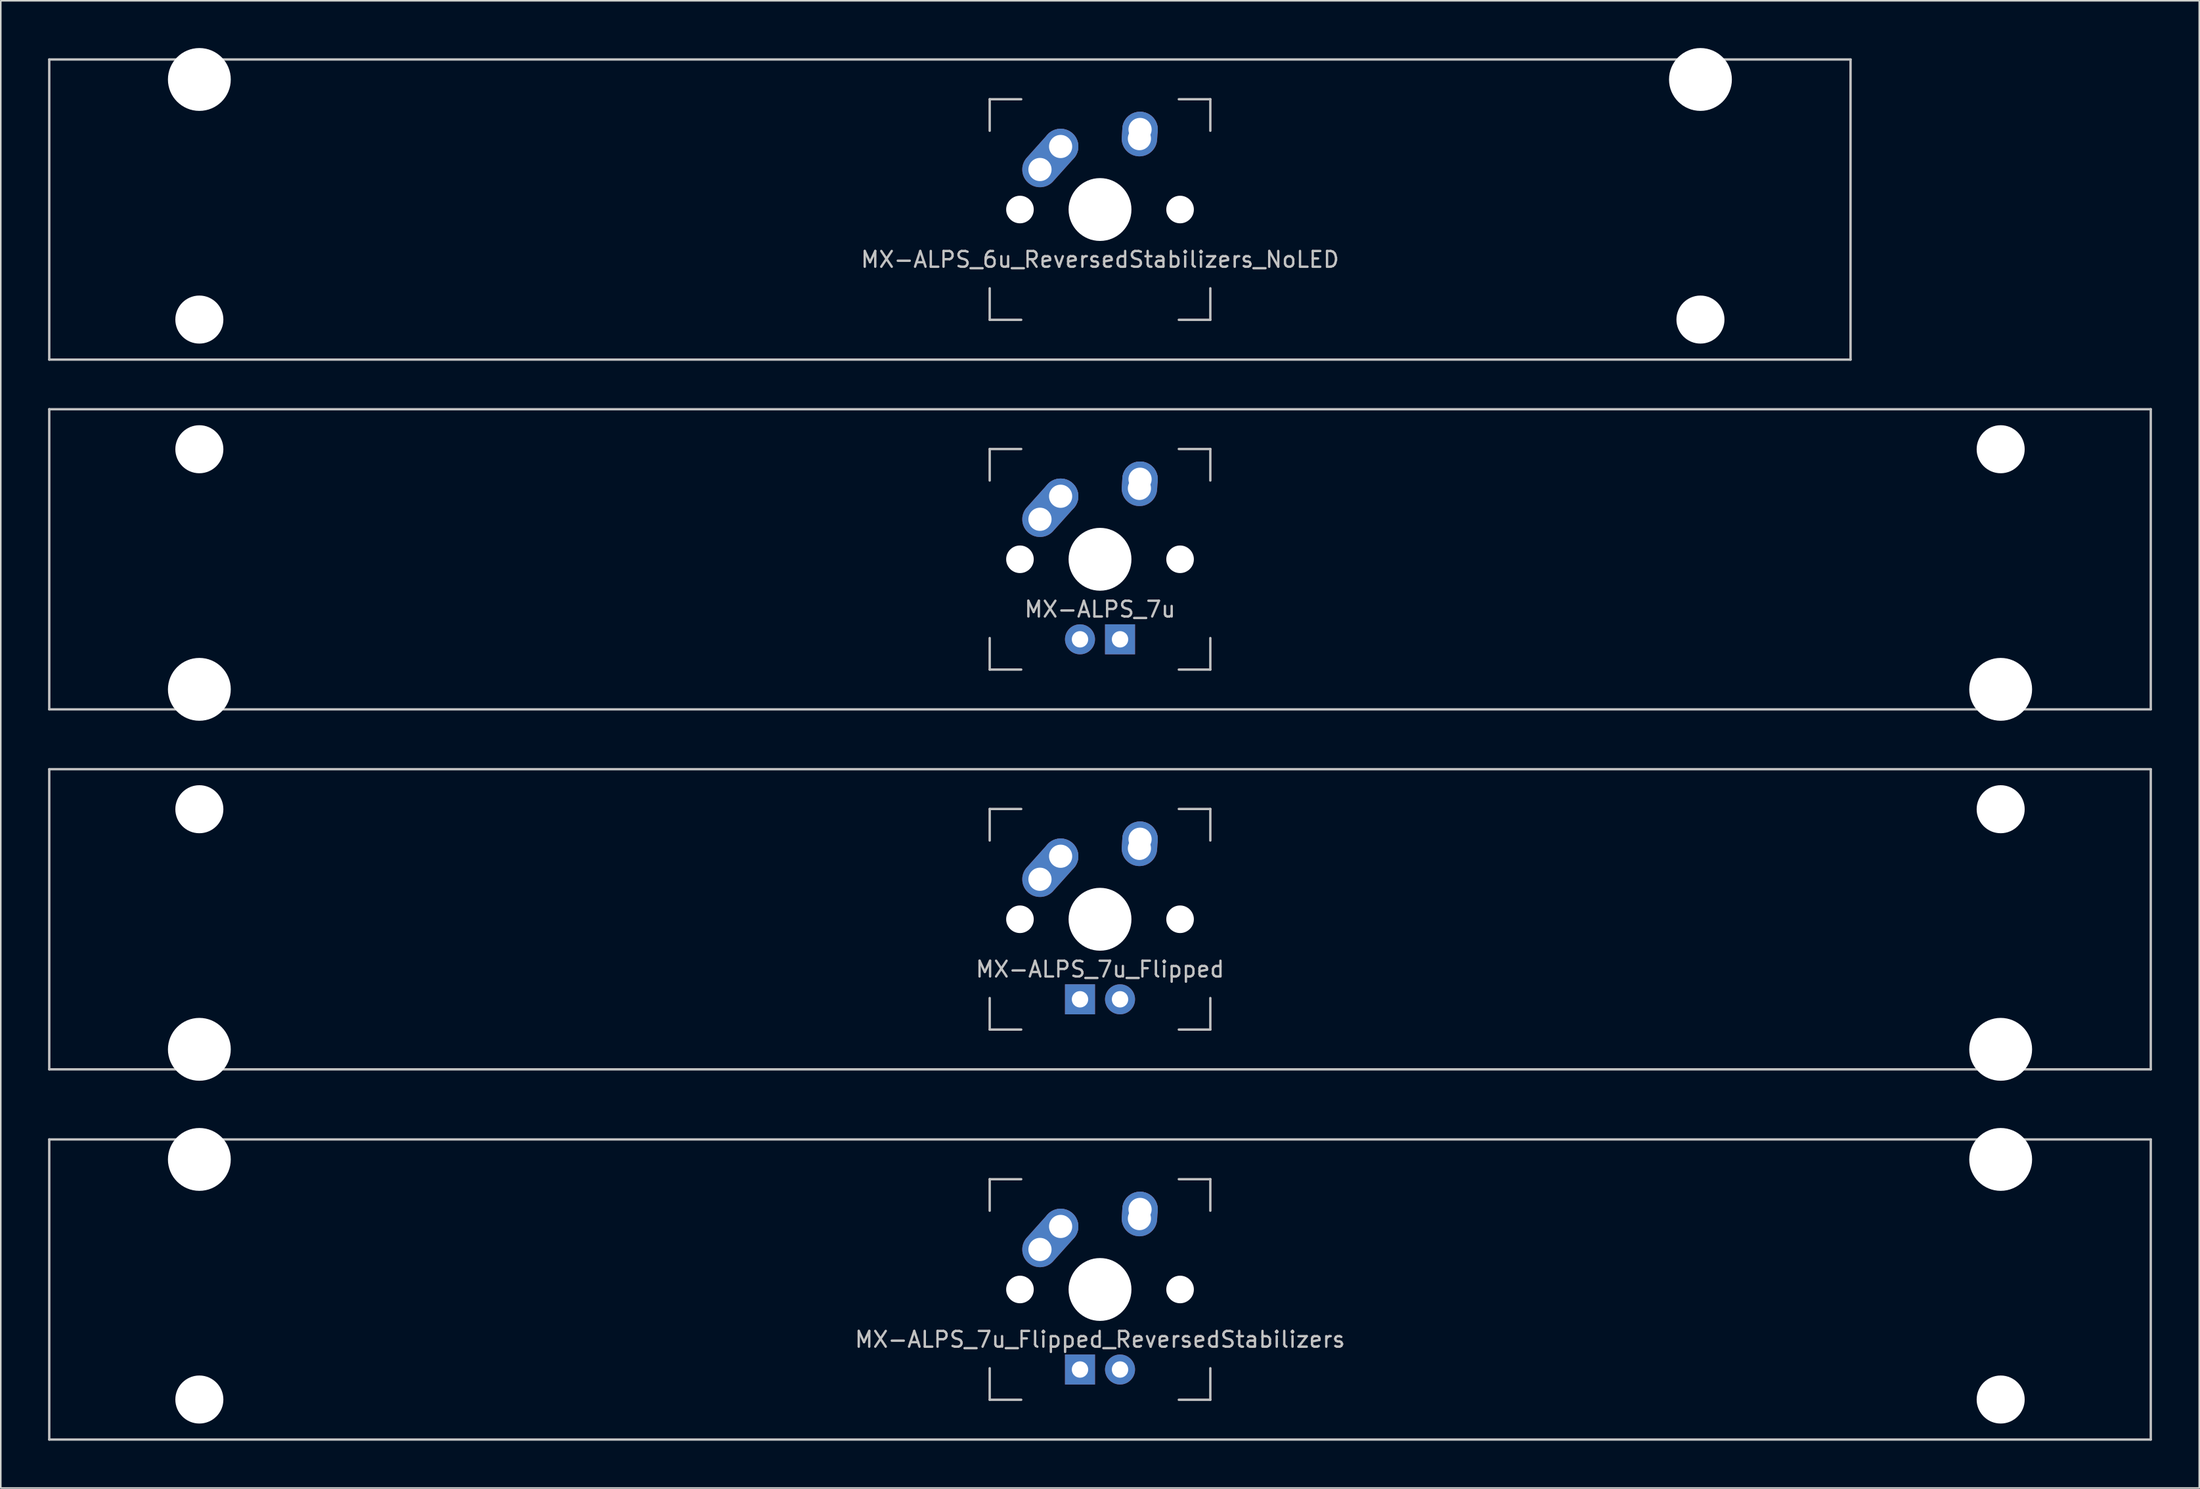
<source format=kicad_pcb>
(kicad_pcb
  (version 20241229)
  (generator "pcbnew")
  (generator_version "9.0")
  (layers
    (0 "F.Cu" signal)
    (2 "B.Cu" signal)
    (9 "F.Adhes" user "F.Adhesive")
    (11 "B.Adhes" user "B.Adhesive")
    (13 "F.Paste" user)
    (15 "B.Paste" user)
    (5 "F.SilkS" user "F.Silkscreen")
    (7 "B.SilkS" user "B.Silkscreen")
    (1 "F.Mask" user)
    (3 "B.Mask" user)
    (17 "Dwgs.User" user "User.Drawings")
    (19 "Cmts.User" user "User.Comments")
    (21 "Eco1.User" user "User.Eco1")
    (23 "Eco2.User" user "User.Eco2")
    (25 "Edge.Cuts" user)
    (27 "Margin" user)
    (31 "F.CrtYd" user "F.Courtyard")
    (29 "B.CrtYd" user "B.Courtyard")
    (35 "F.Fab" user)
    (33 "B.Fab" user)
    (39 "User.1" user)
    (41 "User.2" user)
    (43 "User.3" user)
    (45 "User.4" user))
  (footprint "MX-ALPS_7u"
    (layer "F.Cu")
    (at 66.75 32.449)
    (property "Reference" "MX-ALPS_7u" (at 0 3.175 0) (layer "Dwgs.User") (effects (font (size 1 1) (thickness 0.15))))
    (attr through_hole)
    (fp_line (start -66.675 -9.525) (end 66.675 -9.525) (stroke (width 0.15) (type solid)) (layer "Dwgs.User"))
    (fp_line (start -66.675 9.525) (end -66.675 -9.525) (stroke (width 0.15) (type solid)) (layer "Dwgs.User"))
    (fp_line (start -66.675 9.525) (end 66.675 9.525) (stroke (width 0.15) (type solid)) (layer "Dwgs.User"))
    (fp_line (start -7 -7) (end -7 -5) (stroke (width 0.15) (type solid)) (layer "Dwgs.User"))
    (fp_line (start -7 5) (end -7 7) (stroke (width 0.15) (type solid)) (layer "Dwgs.User"))
    (fp_line (start -7 7) (end -5 7) (stroke (width 0.15) (type solid)) (layer "Dwgs.User"))
    (fp_line (start -5 -7) (end -7 -7) (stroke (width 0.15) (type solid)) (layer "Dwgs.User"))
    (fp_line (start 5 -7) (end 7 -7) (stroke (width 0.15) (type solid)) (layer "Dwgs.User"))
    (fp_line (start 5 7) (end 7 7) (stroke (width 0.15) (type solid)) (layer "Dwgs.User"))
    (fp_line (start 7 -7) (end 7 -5) (stroke (width 0.15) (type solid)) (layer "Dwgs.User"))
    (fp_line (start 7 7) (end 7 5) (stroke (width 0.15) (type solid)) (layer "Dwgs.User"))
    (fp_line (start 66.675 -9.525) (end 66.675 9.525) (stroke (width 0.15) (type solid)) (layer "Dwgs.User"))
    (pad "" np_thru_hole circle (at -57.15 -6.985) (size 3.048 3.048) (drill 3.048) (layers "*.Cu" "*.Mask"))
    (pad "" np_thru_hole circle (at -57.15 8.255) (size 3.988 3.988) (drill 3.988) (layers "*.Cu" "*.Mask"))
    (pad "" np_thru_hole circle (at -5.08 0 48.1) (size 1.75 1.75) (drill 1.75) (layers "*.Cu" "*.Mask"))
    (pad "" np_thru_hole circle (at 0 0) (size 3.988 3.988) (drill 3.988) (layers "*.Cu" "*.Mask"))
    (pad "" np_thru_hole circle (at 5.08 0 48.1) (size 1.75 1.75) (drill 1.75) (layers "*.Cu" "*.Mask"))
    (pad "" np_thru_hole circle (at 57.15 -6.985) (size 3.048 3.048) (drill 3.048) (layers "*.Cu" "*.Mask"))
    (pad "" np_thru_hole circle (at 57.15 8.255) (size 3.988 3.988) (drill 3.988) (layers "*.Cu" "*.Mask"))
    (pad "1" thru_hole oval (at -3.81 -2.54 48.1) (size 4.212 2.25) (drill 1.47 (offset 0.981 0)) (layers "*.Cu" "B.Mask"))
    (pad "1" thru_hole circle (at -2.5 -4) (size 2.25 2.25) (drill 1.47) (layers "*.Cu" "B.Mask"))
    (pad "2" thru_hole oval (at 2.5 -4.5 86.055) (size 2.831 2.25) (drill 1.47 (offset 0.291 0)) (layers "*.Cu" "B.Mask"))
    (pad "2" thru_hole circle (at 2.54 -5.08) (size 2.25 2.25) (drill 1.47) (layers "*.Cu" "B.Mask"))
    (pad "3" thru_hole circle (at -1.27 5.08) (size 1.905 1.905) (drill 1.04) (layers "*.Cu" "B.Mask"))
    (pad "4" thru_hole rect (at 1.27 5.08) (size 1.905 1.905) (drill 1.04) (layers "*.Cu" "B.Mask")))
  (footprint "MX-ALPS_7u_Flipped_ReversedStabilizers"
    (layer "F.Cu")
    (at 66.75 78.796)
    (property "Reference" "MX-ALPS_7u_Flipped_ReversedStabilizers" (at 0 3.175 0) (layer "Dwgs.User") (effects (font (size 1 1) (thickness 0.15))))
    (attr through_hole)
    (fp_line (start -66.675 -9.525) (end 66.675 -9.525) (stroke (width 0.15) (type solid)) (layer "Dwgs.User"))
    (fp_line (start -66.675 9.525) (end -66.675 -9.525) (stroke (width 0.15) (type solid)) (layer "Dwgs.User"))
    (fp_line (start -66.675 9.525) (end 66.675 9.525) (stroke (width 0.15) (type solid)) (layer "Dwgs.User"))
    (fp_line (start -7 -7) (end -7 -5) (stroke (width 0.15) (type solid)) (layer "Dwgs.User"))
    (fp_line (start -7 5) (end -7 7) (stroke (width 0.15) (type solid)) (layer "Dwgs.User"))
    (fp_line (start -7 7) (end -5 7) (stroke (width 0.15) (type solid)) (layer "Dwgs.User"))
    (fp_line (start -5 -7) (end -7 -7) (stroke (width 0.15) (type solid)) (layer "Dwgs.User"))
    (fp_line (start 5 -7) (end 7 -7) (stroke (width 0.15) (type solid)) (layer "Dwgs.User"))
    (fp_line (start 5 7) (end 7 7) (stroke (width 0.15) (type solid)) (layer "Dwgs.User"))
    (fp_line (start 7 -7) (end 7 -5) (stroke (width 0.15) (type solid)) (layer "Dwgs.User"))
    (fp_line (start 7 7) (end 7 5) (stroke (width 0.15) (type solid)) (layer "Dwgs.User"))
    (fp_line (start 66.675 -9.525) (end 66.675 9.525) (stroke (width 0.15) (type solid)) (layer "Dwgs.User"))
    (pad "" np_thru_hole circle (at -57.15 -8.255) (size 3.988 3.988) (drill 3.988) (layers "*.Cu" "*.Mask"))
    (pad "" np_thru_hole circle (at -57.15 6.985) (size 3.048 3.048) (drill 3.048) (layers "*.Cu" "*.Mask"))
    (pad "" np_thru_hole circle (at -5.08 0 48.1) (size 1.75 1.75) (drill 1.75) (layers "*.Cu" "*.Mask"))
    (pad "" np_thru_hole circle (at 0 0) (size 3.988 3.988) (drill 3.988) (layers "*.Cu" "*.Mask"))
    (pad "" np_thru_hole circle (at 5.08 0 48.1) (size 1.75 1.75) (drill 1.75) (layers "*.Cu" "*.Mask"))
    (pad "" np_thru_hole circle (at 57.15 -8.255) (size 3.988 3.988) (drill 3.988) (layers "*.Cu" "*.Mask"))
    (pad "" np_thru_hole circle (at 57.15 6.985) (size 3.048 3.048) (drill 3.048) (layers "*.Cu" "*.Mask"))
    (pad "1" thru_hole oval (at -3.81 -2.54 48.1) (size 4.212 2.25) (drill 1.47 (offset 0.981 0)) (layers "*.Cu" "B.Mask"))
    (pad "1" thru_hole circle (at -2.5 -4) (size 2.25 2.25) (drill 1.47) (layers "*.Cu" "B.Mask"))
    (pad "2" thru_hole oval (at 2.5 -4.5 86.055) (size 2.831 2.25) (drill 1.47 (offset 0.291 0)) (layers "*.Cu" "B.Mask"))
    (pad "2" thru_hole circle (at 2.54 -5.08) (size 2.25 2.25) (drill 1.47) (layers "*.Cu" "B.Mask"))
    (pad "3" thru_hole circle (at 1.27 5.08) (size 1.905 1.905) (drill 1.04) (layers "*.Cu" "B.Mask"))
    (pad "4" thru_hole rect (at -1.27 5.08) (size 1.905 1.905) (drill 1.04) (layers "*.Cu" "B.Mask")))
  (footprint "MX-ALPS_6u_ReversedStabilizers_NoLED"
    (layer "F.Cu")
    (at 57.225 10.249)
    (property "Reference" "MX-ALPS_6u_ReversedStabilizers_NoLED" (at 9.525 3.175 0) (layer "Dwgs.User") (effects (font (size 1 1) (thickness 0.15))))
    (attr through_hole)
    (fp_line (start -57.15 -9.525) (end 57.15 -9.525) (stroke (width 0.15) (type solid)) (layer "Dwgs.User"))
    (fp_line (start -57.15 9.525) (end -57.15 -9.525) (stroke (width 0.15) (type solid)) (layer "Dwgs.User"))
    (fp_line (start -57.15 9.525) (end 57.15 9.525) (stroke (width 0.15) (type solid)) (layer "Dwgs.User"))
    (fp_line (start 2.525 -7) (end 2.525 -5) (stroke (width 0.15) (type solid)) (layer "Dwgs.User"))
    (fp_line (start 2.525 5) (end 2.525 7) (stroke (width 0.15) (type solid)) (layer "Dwgs.User"))
    (fp_line (start 2.525 7) (end 4.525 7) (stroke (width 0.15) (type solid)) (layer "Dwgs.User"))
    (fp_line (start 4.525 -7) (end 2.525 -7) (stroke (width 0.15) (type solid)) (layer "Dwgs.User"))
    (fp_line (start 14.525 -7) (end 16.525 -7) (stroke (width 0.15) (type solid)) (layer "Dwgs.User"))
    (fp_line (start 14.525 7) (end 16.525 7) (stroke (width 0.15) (type solid)) (layer "Dwgs.User"))
    (fp_line (start 16.525 -7) (end 16.525 -5) (stroke (width 0.15) (type solid)) (layer "Dwgs.User"))
    (fp_line (start 16.525 7) (end 16.525 5) (stroke (width 0.15) (type solid)) (layer "Dwgs.User"))
    (fp_line (start 57.15 -9.525) (end 57.15 9.525) (stroke (width 0.15) (type solid)) (layer "Dwgs.User"))
    (pad "" np_thru_hole circle (at -47.625 -8.255) (size 3.988 3.988) (drill 3.988) (layers "*.Cu" "*.Mask"))
    (pad "" np_thru_hole circle (at -47.625 6.985) (size 3.048 3.048) (drill 3.048) (layers "*.Cu" "*.Mask"))
    (pad "" np_thru_hole circle (at 4.445 0 48.1) (size 1.75 1.75) (drill 1.75) (layers "*.Cu" "*.Mask"))
    (pad "" np_thru_hole circle (at 9.525 0) (size 3.988 3.988) (drill 3.988) (layers "*.Cu" "*.Mask"))
    (pad "" np_thru_hole circle (at 14.605 0 48.1) (size 1.75 1.75) (drill 1.75) (layers "*.Cu" "*.Mask"))
    (pad "" np_thru_hole circle (at 47.625 -8.255) (size 3.988 3.988) (drill 3.988) (layers "*.Cu" "*.Mask"))
    (pad "" np_thru_hole circle (at 47.625 6.985) (size 3.048 3.048) (drill 3.048) (layers "*.Cu" "*.Mask"))
    (pad "1" thru_hole oval (at 5.715 -2.54 48.1) (size 4.212 2.25) (drill 1.47 (offset 0.981 0)) (layers "*.Cu" "B.Mask"))
    (pad "1" thru_hole circle (at 7.025 -4) (size 2.25 2.25) (drill 1.47) (layers "*.Cu" "B.Mask"))
    (pad "2" thru_hole oval (at 12.025 -4.5 86.055) (size 2.831 2.25) (drill 1.47 (offset 0.291 0)) (layers "*.Cu" "B.Mask"))
    (pad "2" thru_hole circle (at 12.065 -5.08) (size 2.25 2.25) (drill 1.47) (layers "*.Cu" "B.Mask")))
  (footprint "MX-ALPS_7u_Flipped"
    (layer "F.Cu")
    (at 66.75 55.298)
    (property "Reference" "MX-ALPS_7u_Flipped" (at 0 3.175 0) (layer "Dwgs.User") (effects (font (size 1 1) (thickness 0.15))))
    (attr through_hole)
    (fp_line (start -66.675 -9.525) (end 66.675 -9.525) (stroke (width 0.15) (type solid)) (layer "Dwgs.User"))
    (fp_line (start -66.675 9.525) (end -66.675 -9.525) (stroke (width 0.15) (type solid)) (layer "Dwgs.User"))
    (fp_line (start -66.675 9.525) (end 66.675 9.525) (stroke (width 0.15) (type solid)) (layer "Dwgs.User"))
    (fp_line (start -7 -7) (end -7 -5) (stroke (width 0.15) (type solid)) (layer "Dwgs.User"))
    (fp_line (start -7 5) (end -7 7) (stroke (width 0.15) (type solid)) (layer "Dwgs.User"))
    (fp_line (start -7 7) (end -5 7) (stroke (width 0.15) (type solid)) (layer "Dwgs.User"))
    (fp_line (start -5 -7) (end -7 -7) (stroke (width 0.15) (type solid)) (layer "Dwgs.User"))
    (fp_line (start 5 -7) (end 7 -7) (stroke (width 0.15) (type solid)) (layer "Dwgs.User"))
    (fp_line (start 5 7) (end 7 7) (stroke (width 0.15) (type solid)) (layer "Dwgs.User"))
    (fp_line (start 7 -7) (end 7 -5) (stroke (width 0.15) (type solid)) (layer "Dwgs.User"))
    (fp_line (start 7 7) (end 7 5) (stroke (width 0.15) (type solid)) (layer "Dwgs.User"))
    (fp_line (start 66.675 -9.525) (end 66.675 9.525) (stroke (width 0.15) (type solid)) (layer "Dwgs.User"))
    (pad "" np_thru_hole circle (at -57.15 -6.985) (size 3.048 3.048) (drill 3.048) (layers "*.Cu" "*.Mask"))
    (pad "" np_thru_hole circle (at -57.15 8.255) (size 3.988 3.988) (drill 3.988) (layers "*.Cu" "*.Mask"))
    (pad "" np_thru_hole circle (at -5.08 0 48.1) (size 1.75 1.75) (drill 1.75) (layers "*.Cu" "*.Mask"))
    (pad "" np_thru_hole circle (at 0 0) (size 3.988 3.988) (drill 3.988) (layers "*.Cu" "*.Mask"))
    (pad "" np_thru_hole circle (at 5.08 0 48.1) (size 1.75 1.75) (drill 1.75) (layers "*.Cu" "*.Mask"))
    (pad "" np_thru_hole circle (at 57.15 -6.985) (size 3.048 3.048) (drill 3.048) (layers "*.Cu" "*.Mask"))
    (pad "" np_thru_hole circle (at 57.15 8.255) (size 3.988 3.988) (drill 3.988) (layers "*.Cu" "*.Mask"))
    (pad "1" thru_hole oval (at -3.81 -2.54 48.1) (size 4.212 2.25) (drill 1.47 (offset 0.981 0)) (layers "*.Cu" "B.Mask"))
    (pad "1" thru_hole circle (at -2.5 -4) (size 2.25 2.25) (drill 1.47) (layers "*.Cu" "B.Mask"))
    (pad "2" thru_hole oval (at 2.5 -4.5 86.055) (size 2.831 2.25) (drill 1.47 (offset 0.291 0)) (layers "*.Cu" "B.Mask"))
    (pad "2" thru_hole circle (at 2.54 -5.08) (size 2.25 2.25) (drill 1.47) (layers "*.Cu" "B.Mask"))
    (pad "3" thru_hole circle (at 1.27 5.08) (size 1.905 1.905) (drill 1.04) (layers "*.Cu" "B.Mask"))
    (pad "4" thru_hole rect (at -1.27 5.08) (size 1.905 1.905) (drill 1.04) (layers "*.Cu" "B.Mask")))
  (gr_rect
    (start -3 -3)
    (end 136.5 91.396)
    (stroke (width 0.1) (type default))
    (fill no)
    (layer "Edge.Cuts")))
</source>
